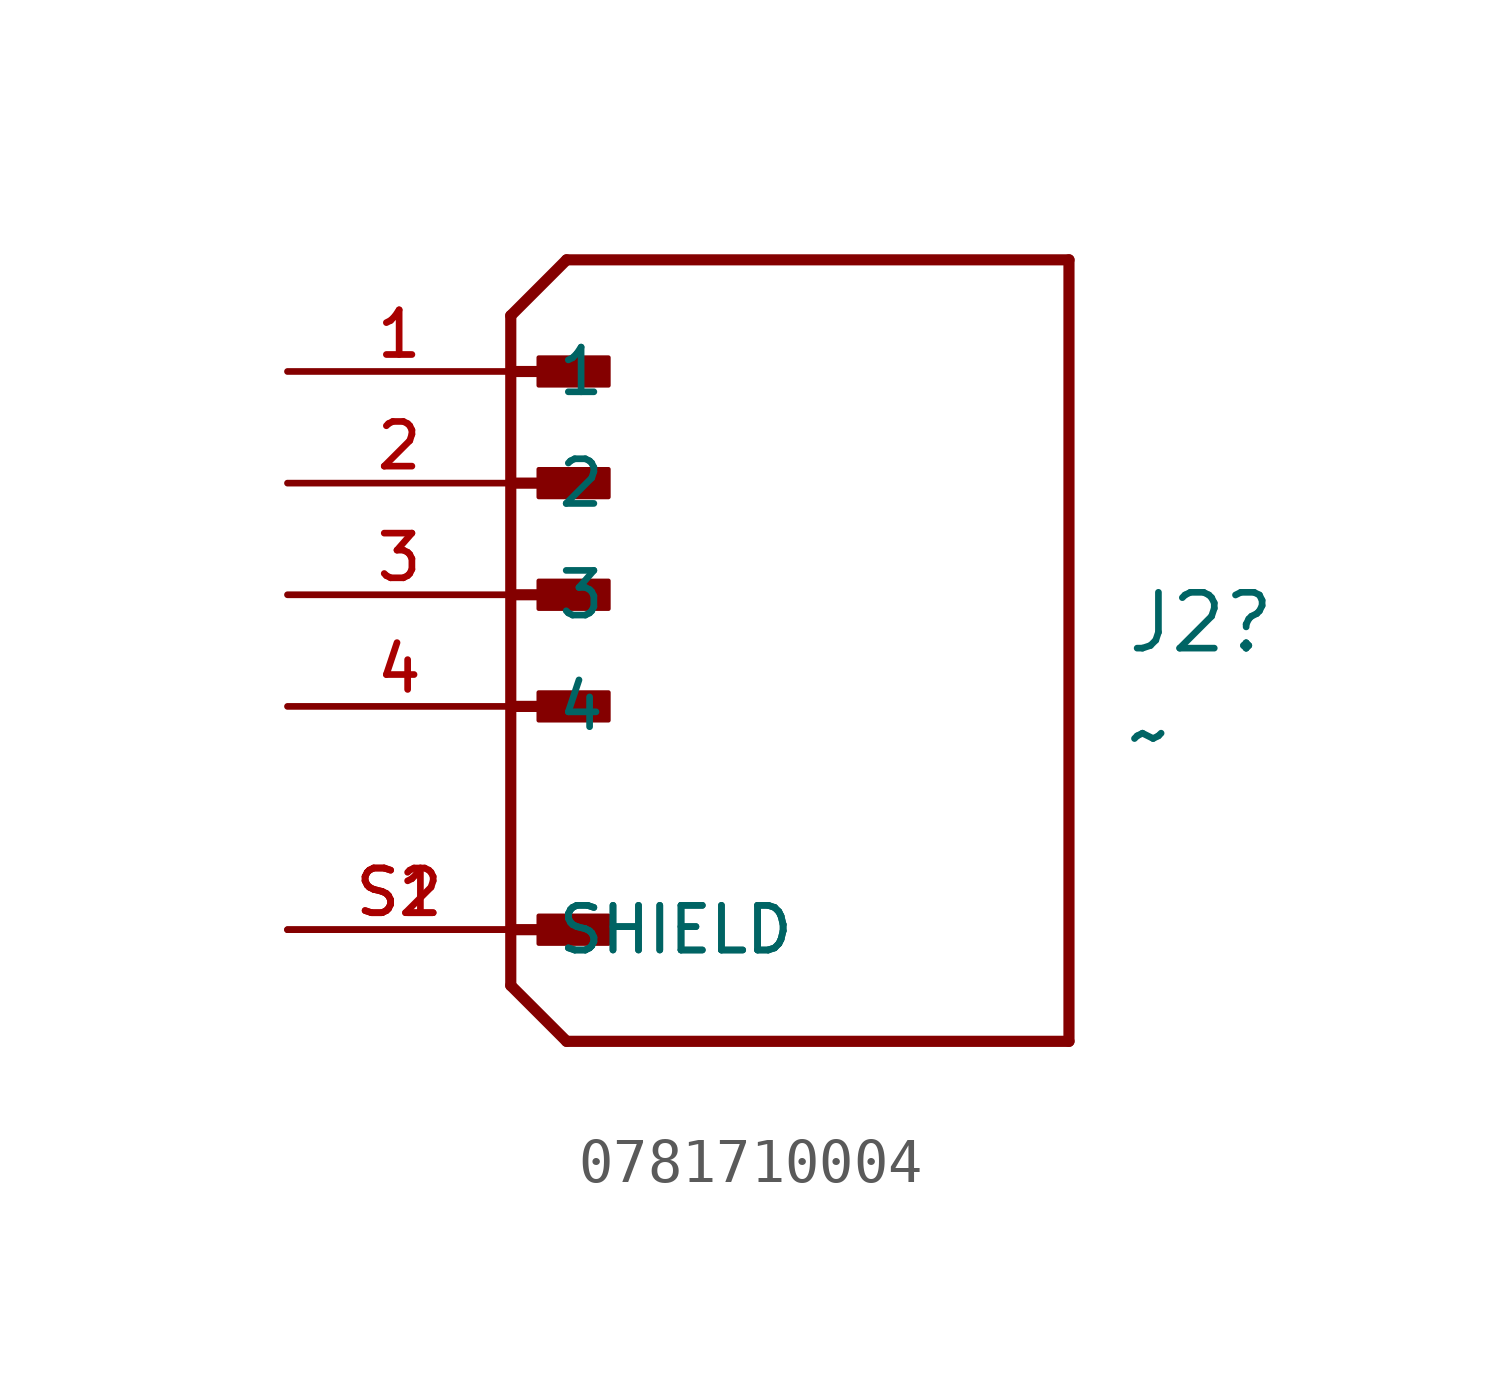
<source format=kicad_sym>
(kicad_symbol_lib
  (version 20231120)
  (generator "kicad_symbol_editor")
  (generator_version "8.0")
  (symbol "0781710004"
    (pin_names
      (offset 1.016))
    (property "Reference" "J2"
      (at 13.97 -0.635 0)
      (effects (font (size 1.27 1.27)) (justify left)))
    (property "Value" "~"
      (at 13.97 -3.175 0)
      (effects (font (size 1.27 1.27)) (justify left)))
    (symbol "0781710004_0_0"
      (polyline (pts (xy 0 -8.89) (xy 1.27 -10.16)) (stroke (width 0.254) (type default)) (fill (type none)))
      (polyline (pts (xy 0 -7.62) (xy 1.905 -7.62)) (stroke (width 0.254) (type default)) (fill (type none)))
      (polyline (pts (xy 0 -2.54) (xy 1.905 -2.54)) (stroke (width 0.254) (type default)) (fill (type none)))
      (polyline (pts (xy 0 0) (xy 1.905 0)) (stroke (width 0.254) (type default)) (fill (type none)))
      (polyline (pts (xy 0 2.54) (xy 1.905 2.54)) (stroke (width 0.254) (type default)) (fill (type none)))
      (polyline (pts (xy 0 5.08) (xy 0 -8.89)) (stroke (width 0.254) (type default)) (fill (type none)))
      (polyline (pts (xy 0 5.08) (xy 1.905 5.08)) (stroke (width 0.254) (type default)) (fill (type none)))
      (polyline (pts (xy 0 6.35) (xy 0 5.08)) (stroke (width 0.254) (type default)) (fill (type none)))
      (polyline (pts (xy 0 6.35) (xy 1.27 7.62)) (stroke (width 0.254) (type default)) (fill (type none)))
      (polyline (pts (xy 1.27 -10.16) (xy 12.7 -10.16)) (stroke (width 0.254) (type default)) (fill (type none)))
      (polyline (pts (xy 12.7 -10.16) (xy 12.7 7.62)) (stroke (width 0.254) (type default)) (fill (type none)))
      (polyline (pts (xy 12.7 7.62) (xy 1.27 7.62)) (stroke (width 0.254) (type default)) (fill (type none)))
      (rectangle (start 0.635 -7.938) (end 2.223 -7.303) (stroke (width 0.1) (type default)) (fill (type outline)))
      (rectangle (start 0.635 -2.857) (end 2.223 -2.223) (stroke (width 0.1) (type default)) (fill (type outline)))
      (rectangle (start 0.635 -0.318) (end 2.223 0.318) (stroke (width 0.1) (type default)) (fill (type outline)))
      (rectangle (start 0.635 2.223) (end 2.223 2.857) (stroke (width 0.1) (type default)) (fill (type outline)))
      (rectangle (start 0.635 4.763) (end 2.223 5.397) (stroke (width 0.1) (type default)) (fill (type outline)))
      (pin passive line (at -5.08 5.08 0) (length 5.08) (name "1" (effects (font (size 1.016 1.016)))) (number "1" (effects (font (size 1.016 1.016)))))
      (pin passive line (at -5.08 2.54 0) (length 5.08) (name "2" (effects (font (size 1.016 1.016)))) (number "2" (effects (font (size 1.016 1.016)))))
      (pin passive line (at -5.08 0 0) (length 5.08) (name "3" (effects (font (size 1.016 1.016)))) (number "3" (effects (font (size 1.016 1.016)))))
      (pin passive line (at -5.08 -2.54 0) (length 5.08) (name "4" (effects (font (size 1.016 1.016)))) (number "4" (effects (font (size 1.016 1.016)))))
      (pin passive line (at -5.08 -7.62 0) (length 5.08) (name "SHIELD" (effects (font (size 1.016 1.016)))) (number "S1" (effects (font (size 1.016 1.016)))))
      (pin passive line (at -5.08 -7.62 0) (length 5.08) (name "SHIELD" (effects (font (size 1.016 1.016)))) (number "S2" (effects (font (size 1.016 1.016))))))))
</source>
